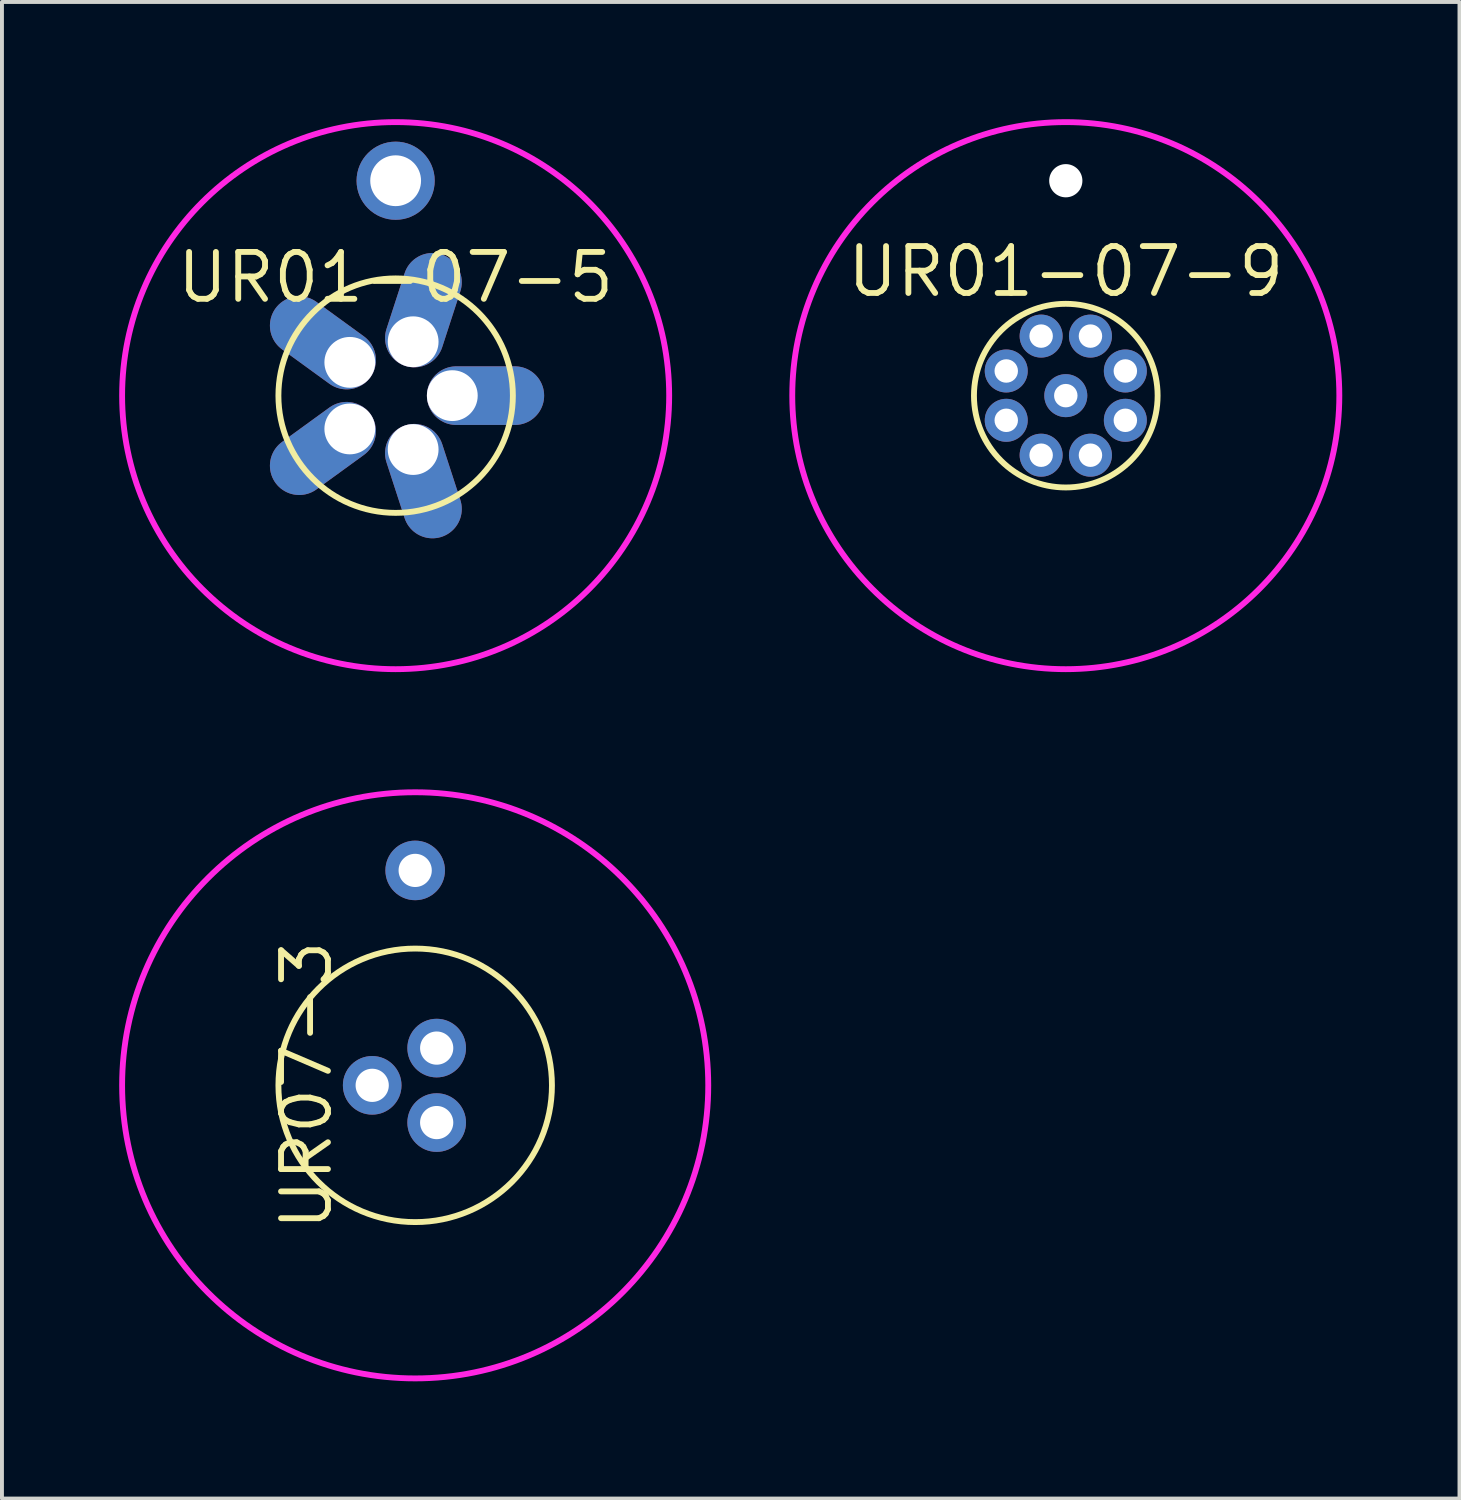
<source format=kicad_pcb>
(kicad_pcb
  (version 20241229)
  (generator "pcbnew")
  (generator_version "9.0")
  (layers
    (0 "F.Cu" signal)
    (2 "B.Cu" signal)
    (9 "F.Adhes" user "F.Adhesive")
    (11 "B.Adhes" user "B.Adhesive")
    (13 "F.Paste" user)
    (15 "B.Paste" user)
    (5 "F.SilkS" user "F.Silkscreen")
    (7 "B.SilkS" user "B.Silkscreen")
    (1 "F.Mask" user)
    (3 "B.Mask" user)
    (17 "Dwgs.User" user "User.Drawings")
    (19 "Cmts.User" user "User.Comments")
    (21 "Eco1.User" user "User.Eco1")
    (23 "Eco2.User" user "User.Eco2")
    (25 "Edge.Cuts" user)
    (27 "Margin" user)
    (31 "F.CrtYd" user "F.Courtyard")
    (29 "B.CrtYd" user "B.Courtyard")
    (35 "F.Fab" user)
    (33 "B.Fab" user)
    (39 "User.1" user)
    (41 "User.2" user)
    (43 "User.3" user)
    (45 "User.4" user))
  (footprint "UR01-07-5"
    (layer "F.Cu")
    (at 7.075 7.075)
    (property "Reference" "UR01-07-5" (at 0 -3.025 0) (layer "F.SilkS") (effects (font (size 1.2 1.2) (thickness 0.15))))
    (attr through_hole)
    (fp_circle (center 0 0) (end 0 3) (stroke (width 0.15) (type solid)) (fill no) (layer "F.SilkS"))
    (fp_circle (center 0 0) (end 0 7) (stroke (width 0.15) (type solid)) (fill no) (layer "F.CrtYd"))
    (pad "" thru_hole circle (at 0 -5.5) (size 2 2) (drill 1.3) (layers "*.Cu" "*.Mask"))
    (pad "1" thru_hole oval (at -1.173 -0.852 144) (size 3 1.5) (drill 1.3 (offset 0.85 0)) (layers "*.Cu" "*.Mask"))
    (pad "2" thru_hole oval (at -1.173 0.852 216) (size 3 1.5) (drill 1.3 (offset 0.85 0)) (layers "*.Cu" "*.Mask"))
    (pad "3" thru_hole oval (at 0.448 1.379 288) (size 3 1.5) (drill 1.3 (offset 0.85 0)) (layers "*.Cu" "*.Mask"))
    (pad "4" thru_hole oval (at 1.45 0) (size 3 1.5) (drill 1.3 (offset 0.85 0)) (layers "*.Cu" "*.Mask"))
    (pad "5" thru_hole oval (at 0.448 -1.379 72) (size 3 1.5) (drill 1.3 (offset 0.85 0)) (layers "*.Cu" "*.Mask")))
  (footprint "UR01-07-9"
    (layer "F.Cu")
    (at 24.225 7.075)
    (property "Reference" "UR01-07-9" (at 0 -3.175 0) (layer "F.SilkS") (effects (font (size 1.2 1.2) (thickness 0.15))))
    (attr through_hole)
    (fp_circle (center 0 0) (end 0 2.35) (stroke (width 0.15) (type solid)) (fill no) (layer "F.SilkS"))
    (fp_circle (center 0 0) (end 7 0) (stroke (width 0.15) (type solid)) (fill no) (layer "F.CrtYd"))
    (pad "" np_thru_hole circle (at 0 -5.5) (size 0.85 0.85) (drill 0.85) (layers "*.Cu" "*.Mask"))
    (pad "1" thru_hole circle (at 0 0) (size 1.1 1.1) (drill 0.6) (layers "*.Cu" "*.Mask"))
    (pad "2" thru_hole oval (at -0.631 -1.524) (size 1.1 1.1) (drill 0.6) (layers "*.Cu" "*.Mask"))
    (pad "3" thru_hole oval (at -1.524 -0.631) (size 1.1 1.1) (drill 0.6) (layers "*.Cu" "*.Mask"))
    (pad "4" thru_hole oval (at -1.524 0.631) (size 1.1 1.1) (drill 0.6) (layers "*.Cu" "*.Mask"))
    (pad "5" thru_hole oval (at -0.631 1.524) (size 1.1 1.1) (drill 0.6) (layers "*.Cu" "*.Mask"))
    (pad "6" thru_hole oval (at 0.631 1.524) (size 1.1 1.1) (drill 0.6) (layers "*.Cu" "*.Mask"))
    (pad "7" thru_hole oval (at 1.524 0.631) (size 1.1 1.1) (drill 0.6) (layers "*.Cu" "*.Mask"))
    (pad "8" thru_hole oval (at 1.524 -0.631) (size 1.1 1.1) (drill 0.6) (layers "*.Cu" "*.Mask"))
    (pad "9" thru_hole oval (at 0.631 -1.524) (size 1.1 1.1) (drill 0.6) (layers "*.Cu" "*.Mask")))
  (footprint "UR07-3"
    (layer "F.Cu")
    (at 7.575 24.725)
    (property "Reference" "UR07-3" (at -2.78 0 90) (layer "F.SilkS") (effects (font (size 1.2 1.2) (thickness 0.15))))
    (attr through_hole)
    (fp_circle (center 0 0) (end 0 3.5) (stroke (width 0.15) (type solid)) (fill no) (layer "F.SilkS"))
    (fp_circle (center 0 0) (end 7.5 0) (stroke (width 0.15) (type solid)) (fill no) (layer "F.CrtYd"))
    (pad "" thru_hole circle (at 0 -5.5 90) (size 1.524 1.524) (drill 0.85) (layers "*.Cu" "*.Mask"))
    (pad "1" thru_hole oval (at 0.55 -0.953) (size 1.5 1.5) (drill 0.85) (layers "*.Cu" "*.Mask"))
    (pad "2" thru_hole oval (at -1.1 0) (size 1.5 1.5) (drill 0.85) (layers "*.Cu" "*.Mask"))
    (pad "3" thru_hole oval (at 0.55 0.953) (size 1.5 1.5) (drill 0.85) (layers "*.Cu" "*.Mask")))
  (gr_rect
    (start -3 -3)
    (end 34.3 35.3)
    (stroke (width 0.1) (type default))
    (fill no)
    (layer "Edge.Cuts")))
</source>
